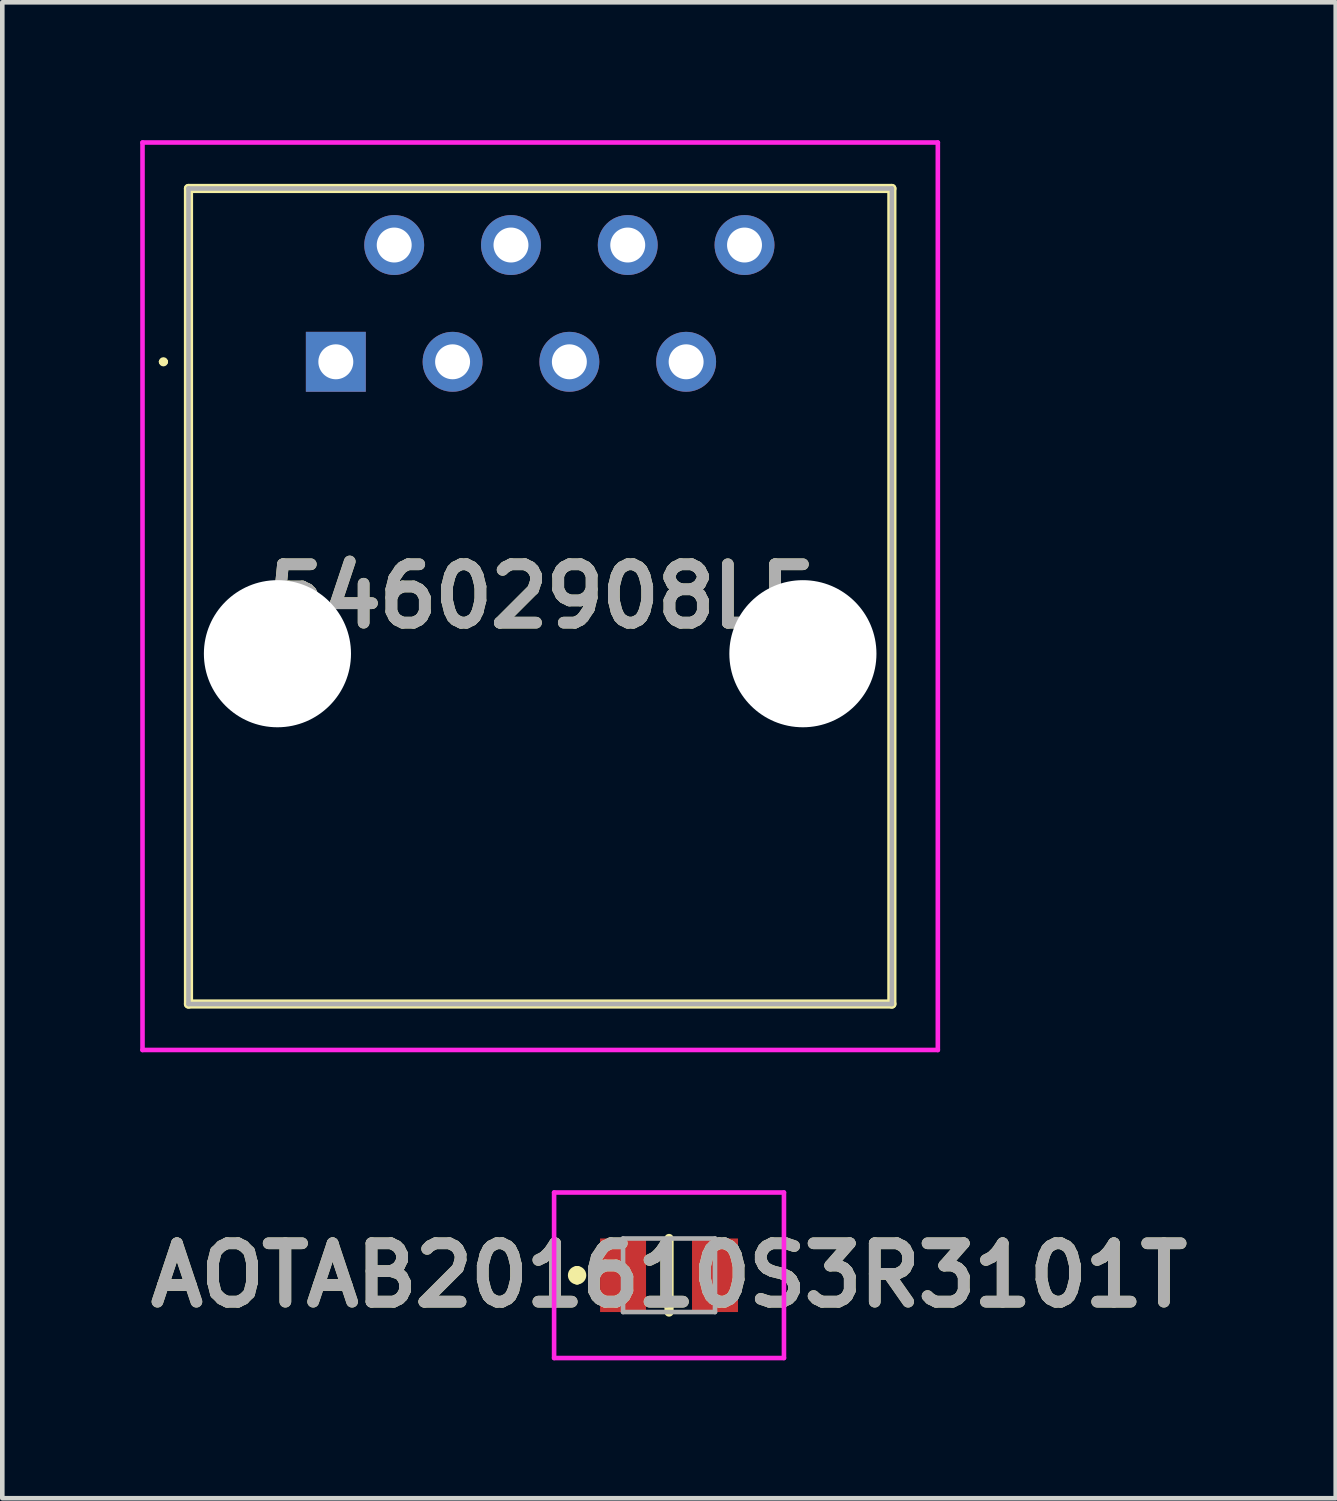
<source format=kicad_pcb>
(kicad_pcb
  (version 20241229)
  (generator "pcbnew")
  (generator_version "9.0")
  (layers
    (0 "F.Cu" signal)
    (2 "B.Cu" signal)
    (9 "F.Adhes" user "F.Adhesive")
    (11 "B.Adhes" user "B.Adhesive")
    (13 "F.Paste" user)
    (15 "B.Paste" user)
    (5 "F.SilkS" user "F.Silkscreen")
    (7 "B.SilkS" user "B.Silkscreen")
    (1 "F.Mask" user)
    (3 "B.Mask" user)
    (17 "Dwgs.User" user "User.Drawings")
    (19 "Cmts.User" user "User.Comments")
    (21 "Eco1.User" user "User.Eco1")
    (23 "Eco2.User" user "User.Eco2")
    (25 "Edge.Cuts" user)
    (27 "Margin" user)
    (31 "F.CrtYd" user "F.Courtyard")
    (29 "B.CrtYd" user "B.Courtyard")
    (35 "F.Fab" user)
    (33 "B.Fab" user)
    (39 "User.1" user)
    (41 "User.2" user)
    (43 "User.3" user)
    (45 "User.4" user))
  (footprint "AOTAB201610S3R3101T"
    (layer "F.Cu")
    (at 11.503 24.69)
    (property "Reference" "AOTAB201610S3R3101T" (at 0 0 0) (layer "F.SilkS") (effects (font (size 1.27 1.27) (thickness 0.254))))
    (attr smd)
    (fp_line (start -2 -0.1) (end -2 -0.1) (stroke (width 0.2) (type solid)) (layer "F.SilkS"))
    (fp_line (start -2 0.1) (end -2 0.1) (stroke (width 0.2) (type solid)) (layer "F.SilkS"))
    (fp_line (start 0 -0.8) (end 0 0.8) (stroke (width 0.2) (type solid)) (layer "F.SilkS"))
    (fp_arc (start -2 -0.1) (mid -1.9 0) (end -2 0.1) (stroke (width 0.2) (type solid)) (layer "F.SilkS"))
    (fp_arc (start -2 0.1) (mid -2.1 0) (end -2 -0.1) (stroke (width 0.2) (type solid)) (layer "F.SilkS"))
    (fp_line (start -2.5 -1.8) (end 2.5 -1.8) (stroke (width 0.1) (type solid)) (layer "F.CrtYd"))
    (fp_line (start -2.5 1.8) (end -2.5 -1.8) (stroke (width 0.1) (type solid)) (layer "F.CrtYd"))
    (fp_line (start 2.5 -1.8) (end 2.5 1.8) (stroke (width 0.1) (type solid)) (layer "F.CrtYd"))
    (fp_line (start 2.5 1.8) (end -2.5 1.8) (stroke (width 0.1) (type solid)) (layer "F.CrtYd"))
    (fp_line (start -1 -0.8) (end 1 -0.8) (stroke (width 0.1) (type solid)) (layer "F.Fab"))
    (fp_line (start -1 0.8) (end -1 -0.8) (stroke (width 0.1) (type solid)) (layer "F.Fab"))
    (fp_line (start 1 -0.8) (end 1 0.8) (stroke (width 0.1) (type solid)) (layer "F.Fab"))
    (fp_line (start 1 0.8) (end -1 0.8) (stroke (width 0.1) (type solid)) (layer "F.Fab"))
    (fp_text user "${REFERENCE}" (at 0 0 0) (layer "F.Fab") (effects (font (size 1.27 1.27) (thickness 0.254))))
    (pad "1" smd rect (at -1 0) (size 1 1.6) (layers "F.Cu" "F.Mask" "F.Paste"))
    (pad "2" smd rect (at 1 0) (size 1 1.6) (layers "F.Cu" "F.Mask" "F.Paste")))
  (footprint "54602908LF"
    (layer "F.Cu")
    (at 4.255 4.82)
    (property "Reference" "54602908LF" (at 4.445 5.1 0) (layer "F.SilkS") (effects (font (size 1.27 1.27) (thickness 0.254))))
    (attr through_hole)
    (fp_line (start -3.8 0) (end -3.8 0) (stroke (width 0.1) (type solid)) (layer "F.SilkS"))
    (fp_line (start -3.7 0) (end -3.7 0) (stroke (width 0.1) (type solid)) (layer "F.SilkS"))
    (fp_line (start -3.205 -3.77) (end 12.095 -3.77) (stroke (width 0.2) (type solid)) (layer "F.SilkS"))
    (fp_line (start -3.205 13.97) (end -3.205 -3.77) (stroke (width 0.2) (type solid)) (layer "F.SilkS"))
    (fp_line (start 12.095 -3.77) (end 12.095 13.97) (stroke (width 0.2) (type solid)) (layer "F.SilkS"))
    (fp_line (start 12.095 13.97) (end -3.205 13.97) (stroke (width 0.2) (type solid)) (layer "F.SilkS"))
    (fp_arc (start -3.8 0) (mid -3.75 -0.05) (end -3.7 0) (stroke (width 0.1) (type solid)) (layer "F.SilkS"))
    (fp_arc (start -3.7 0) (mid -3.75 0.05) (end -3.8 0) (stroke (width 0.1) (type solid)) (layer "F.SilkS"))
    (fp_line (start -4.205 -4.77) (end 13.095 -4.77) (stroke (width 0.1) (type solid)) (layer "F.CrtYd"))
    (fp_line (start -4.205 14.97) (end -4.205 -4.77) (stroke (width 0.1) (type solid)) (layer "F.CrtYd"))
    (fp_line (start 13.095 -4.77) (end 13.095 14.97) (stroke (width 0.1) (type solid)) (layer "F.CrtYd"))
    (fp_line (start 13.095 14.97) (end -4.205 14.97) (stroke (width 0.1) (type solid)) (layer "F.CrtYd"))
    (fp_line (start -3.205 -3.77) (end 12.095 -3.77) (stroke (width 0.1) (type solid)) (layer "F.Fab"))
    (fp_line (start -3.205 13.97) (end -3.205 -3.77) (stroke (width 0.1) (type solid)) (layer "F.Fab"))
    (fp_line (start 12.095 -3.77) (end 12.095 13.97) (stroke (width 0.1) (type solid)) (layer "F.Fab"))
    (fp_line (start 12.095 13.97) (end -3.205 13.97) (stroke (width 0.1) (type solid)) (layer "F.Fab"))
    (fp_text user "${REFERENCE}" (at 4.445 5.1 0) (layer "F.Fab") (effects (font (size 1.27 1.27) (thickness 0.254))))
    (pad "" np_thru_hole circle (at -1.27 6.35) (size 3.2 3.2) (drill 3.2) (layers "*.Cu" "*.Mask"))
    (pad "" np_thru_hole circle (at 10.16 6.35) (size 3.2 3.2) (drill 3.2) (layers "*.Cu" "*.Mask"))
    (pad "1" thru_hole rect (at 0 0) (size 1.303 1.303) (drill 0.76) (layers "*.Cu" "*.Mask"))
    (pad "2" thru_hole circle (at 1.27 -2.54) (size 1.303 1.303) (drill 0.76) (layers "*.Cu" "*.Mask"))
    (pad "3" thru_hole circle (at 2.54 0) (size 1.303 1.303) (drill 0.76) (layers "*.Cu" "*.Mask"))
    (pad "4" thru_hole circle (at 3.81 -2.54) (size 1.303 1.303) (drill 0.76) (layers "*.Cu" "*.Mask"))
    (pad "5" thru_hole circle (at 5.08 0) (size 1.303 1.303) (drill 0.76) (layers "*.Cu" "*.Mask"))
    (pad "6" thru_hole circle (at 6.35 -2.54) (size 1.303 1.303) (drill 0.76) (layers "*.Cu" "*.Mask"))
    (pad "7" thru_hole circle (at 7.62 0) (size 1.303 1.303) (drill 0.76) (layers "*.Cu" "*.Mask"))
    (pad "8" thru_hole circle (at 8.89 -2.54) (size 1.303 1.303) (drill 0.76) (layers "*.Cu" "*.Mask")))
  (gr_rect
    (start -3 -3)
    (end 26.005 29.54)
    (stroke (width 0.1) (type default))
    (fill no)
    (layer "Edge.Cuts")))
</source>
